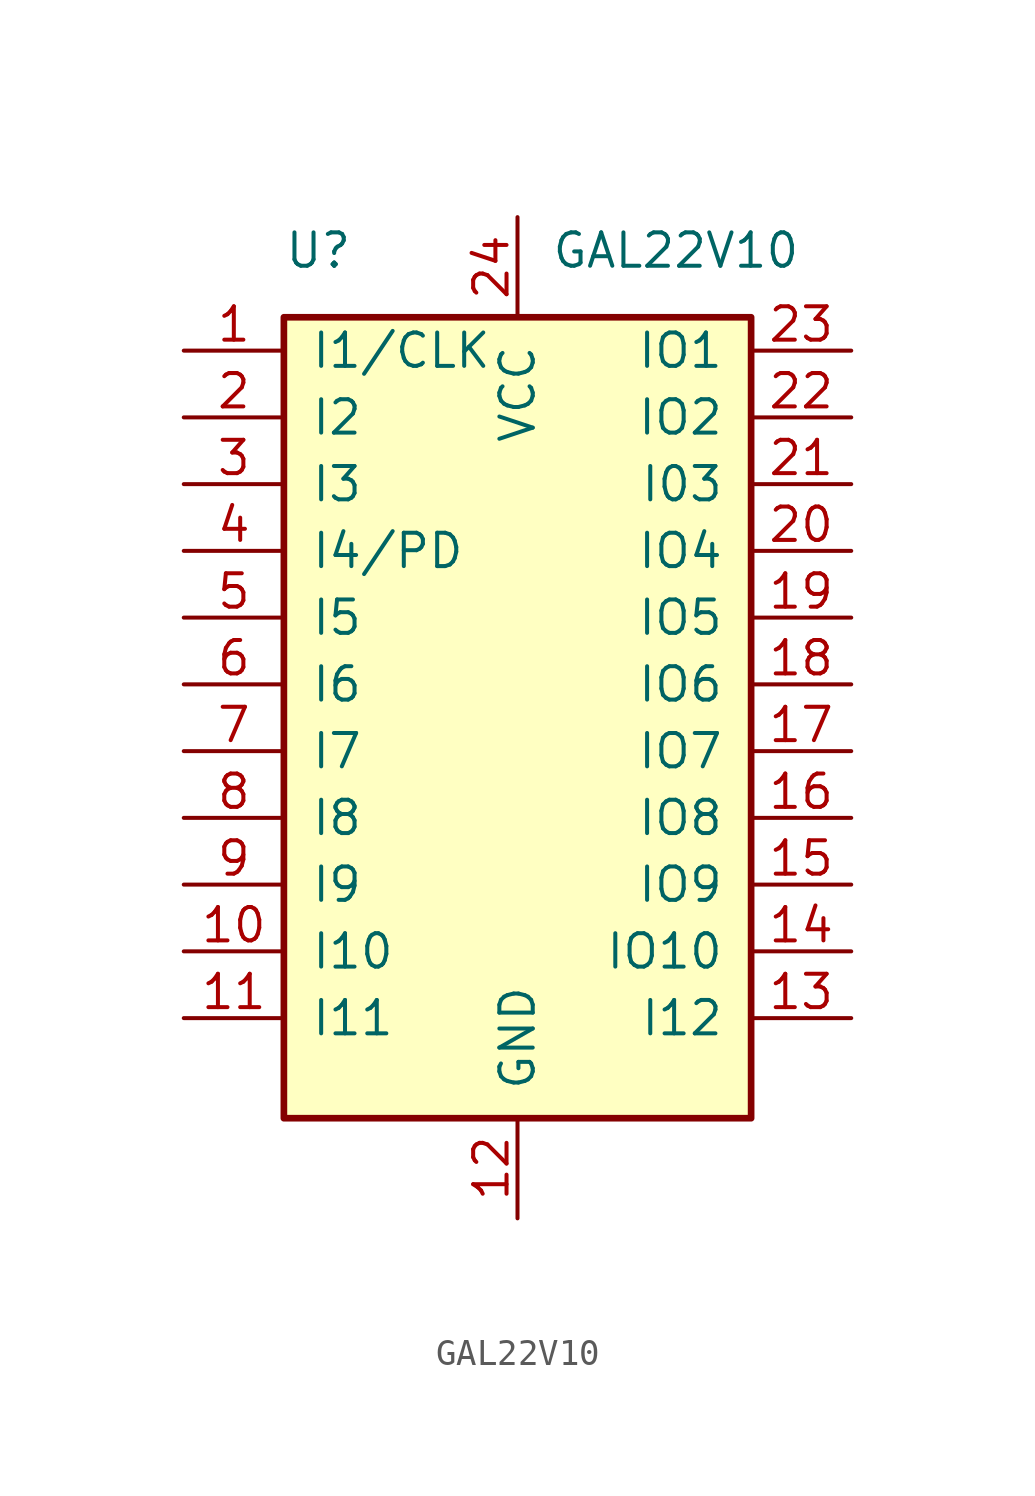
<source format=kicad_sym>
(kicad_symbol_lib
  (version 20211014)
  (generator kicad_symbol_editor)
  (symbol "GAL22V10"
    (pin_names
      (offset 1.016))
    (property "Reference" "U"
      (at -8.89 16.51 0)
      (effects (font (size 1.27 1.27)) (justify left)))
    (property "Value" "GAL22V10"
      (at 1.27 16.51 0)
      (effects (font (size 1.27 1.27)) (justify left)))
    (symbol "GAL22V10_0_0"
      (pin power_in line (at 0 -20.32 90) (length 3.81) (name "GND" (effects (font (size 1.27 1.27)))) (number "12" (effects (font (size 1.27 1.27)))))
      (pin power_in line (at 0 17.78 270) (length 3.81) (name "VCC" (effects (font (size 1.27 1.27)))) (number "24" (effects (font (size 1.27 1.27))))))
    (symbol "GAL22V10_0_1"
      (rectangle (start -8.89 13.97) (end 8.89 -16.51) (stroke (width 0.254) (type default) (color 0 0 0 0)) (fill (type background))))
    (symbol "GAL22V10_1_1"
      (pin input line (at -12.7 12.7 0) (length 3.81) (name "I1/CLK" (effects (font (size 1.27 1.27)))) (number "1" (effects (font (size 1.27 1.27)))))
      (pin input line (at -12.7 -10.16 0) (length 3.81) (name "I10" (effects (font (size 1.27 1.27)))) (number "10" (effects (font (size 1.27 1.27)))))
      (pin input line (at -12.7 -12.7 0) (length 3.81) (name "I11" (effects (font (size 1.27 1.27)))) (number "11" (effects (font (size 1.27 1.27)))))
      (pin input line (at 12.7 -12.7 180) (length 3.81) (name "I12" (effects (font (size 1.27 1.27)))) (number "13" (effects (font (size 1.27 1.27)))))
      (pin tri_state line (at 12.7 -10.16 180) (length 3.81) (name "IO10" (effects (font (size 1.27 1.27)))) (number "14" (effects (font (size 1.27 1.27)))))
      (pin tri_state line (at 12.7 -7.62 180) (length 3.81) (name "IO9" (effects (font (size 1.27 1.27)))) (number "15" (effects (font (size 1.27 1.27)))))
      (pin tri_state line (at 12.7 -5.08 180) (length 3.81) (name "IO8" (effects (font (size 1.27 1.27)))) (number "16" (effects (font (size 1.27 1.27)))))
      (pin tri_state line (at 12.7 -2.54 180) (length 3.81) (name "IO7" (effects (font (size 1.27 1.27)))) (number "17" (effects (font (size 1.27 1.27)))))
      (pin tri_state line (at 12.7 0 180) (length 3.81) (name "IO6" (effects (font (size 1.27 1.27)))) (number "18" (effects (font (size 1.27 1.27)))))
      (pin tri_state line (at 12.7 2.54 180) (length 3.81) (name "IO5" (effects (font (size 1.27 1.27)))) (number "19" (effects (font (size 1.27 1.27)))))
      (pin input line (at -12.7 10.16 0) (length 3.81) (name "I2" (effects (font (size 1.27 1.27)))) (number "2" (effects (font (size 1.27 1.27)))))
      (pin tri_state line (at 12.7 5.08 180) (length 3.81) (name "IO4" (effects (font (size 1.27 1.27)))) (number "20" (effects (font (size 1.27 1.27)))))
      (pin tri_state line (at 12.7 7.62 180) (length 3.81) (name "I03" (effects (font (size 1.27 1.27)))) (number "21" (effects (font (size 1.27 1.27)))))
      (pin tri_state line (at 12.7 10.16 180) (length 3.81) (name "IO2" (effects (font (size 1.27 1.27)))) (number "22" (effects (font (size 1.27 1.27)))))
      (pin tri_state line (at 12.7 12.7 180) (length 3.81) (name "IO1" (effects (font (size 1.27 1.27)))) (number "23" (effects (font (size 1.27 1.27)))))
      (pin input line (at -12.7 7.62 0) (length 3.81) (name "I3" (effects (font (size 1.27 1.27)))) (number "3" (effects (font (size 1.27 1.27)))))
      (pin input line (at -12.7 5.08 0) (length 3.81) (name "I4/PD" (effects (font (size 1.27 1.27)))) (number "4" (effects (font (size 1.27 1.27)))))
      (pin input line (at -12.7 2.54 0) (length 3.81) (name "I5" (effects (font (size 1.27 1.27)))) (number "5" (effects (font (size 1.27 1.27)))))
      (pin input line (at -12.7 0 0) (length 3.81) (name "I6" (effects (font (size 1.27 1.27)))) (number "6" (effects (font (size 1.27 1.27)))))
      (pin input line (at -12.7 -2.54 0) (length 3.81) (name "I7" (effects (font (size 1.27 1.27)))) (number "7" (effects (font (size 1.27 1.27)))))
      (pin input line (at -12.7 -5.08 0) (length 3.81) (name "I8" (effects (font (size 1.27 1.27)))) (number "8" (effects (font (size 1.27 1.27)))))
      (pin input line (at -12.7 -7.62 0) (length 3.81) (name "I9" (effects (font (size 1.27 1.27)))) (number "9" (effects (font (size 1.27 1.27))))))))
</source>
